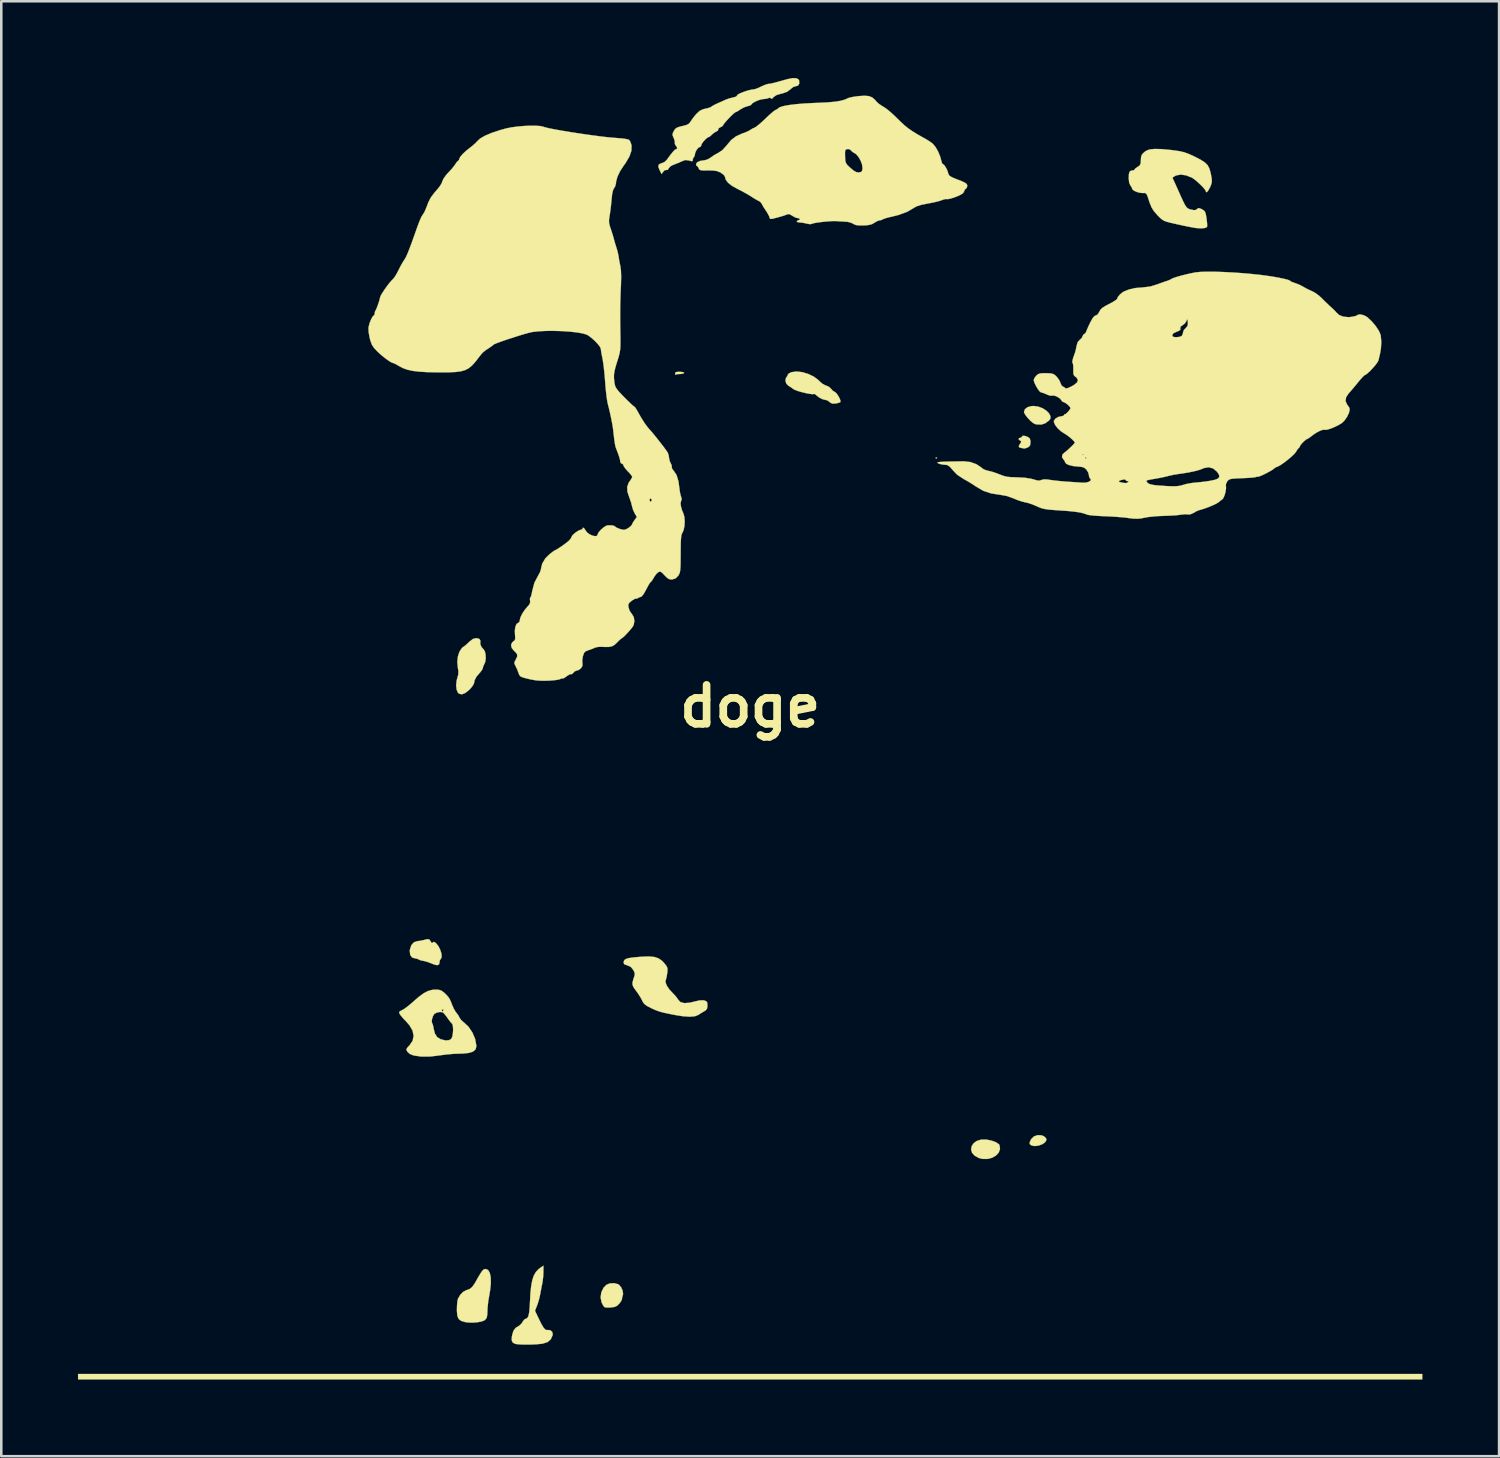
<source format=kicad_pcb>
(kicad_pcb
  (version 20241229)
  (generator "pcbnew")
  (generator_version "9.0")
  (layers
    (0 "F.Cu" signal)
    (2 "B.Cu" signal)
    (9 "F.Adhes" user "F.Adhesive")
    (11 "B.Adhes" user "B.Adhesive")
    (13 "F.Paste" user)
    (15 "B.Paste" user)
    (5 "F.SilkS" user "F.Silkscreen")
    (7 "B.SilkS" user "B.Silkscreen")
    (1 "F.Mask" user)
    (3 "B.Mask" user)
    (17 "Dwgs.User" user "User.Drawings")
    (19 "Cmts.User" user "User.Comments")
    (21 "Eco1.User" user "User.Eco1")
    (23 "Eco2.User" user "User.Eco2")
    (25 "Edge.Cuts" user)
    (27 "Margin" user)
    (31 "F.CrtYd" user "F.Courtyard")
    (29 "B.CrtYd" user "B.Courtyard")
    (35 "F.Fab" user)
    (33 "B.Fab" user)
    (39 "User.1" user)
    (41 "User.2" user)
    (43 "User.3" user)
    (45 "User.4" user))
  (footprint "doge"
    (layer "F.Cu")
    (at 26.294 24.575)
    (property "Reference" "doge" (at 0 0 0) (layer "F.SilkS") (effects (font (size 1.524 1.524) (thickness 0.3))))
    (attr through_hole)
    (fp_poly (pts (xy 26.289 26.331) (xy -26.289 26.331) (xy -26.289 26.12) (xy 26.289 26.12) (xy 26.289 26.331)) (stroke (width 0.01) (type solid)) (fill yes) (layer "F.SilkS"))
    (fp_poly (pts (xy 7.31 -9.723) (xy 7.304 -9.697) (xy 7.281 -9.694) (xy 7.246 -9.71) (xy 7.253 -9.723) (xy 7.303 -9.728) (xy 7.31 -9.723)) (stroke (width 0.01) (type solid)) (fill yes) (layer "F.SilkS"))
    (fp_poly (pts (xy 11.401 16.784) (xy 11.497 16.826) (xy 11.57 16.896) (xy 11.591 16.963) (xy 11.534 17.058) (xy 11.419 17.136) (xy 11.272 17.188) (xy 11.121 17.204) (xy 11.017 17.184) (xy 10.943 17.139) (xy 10.929 17.073) (xy 10.973 16.967) (xy 10.993 16.932) (xy 11.099 16.828) (xy 11.245 16.777) (xy 11.401 16.784)) (stroke (width 0.01) (type solid)) (fill yes) (layer "F.SilkS"))
    (fp_poly (pts (xy -2.646 -13.072) (xy -2.587 -13.048) (xy -2.582 -13.039) (xy -2.62 -13.012) (xy -2.713 -12.997) (xy -2.748 -12.996) (xy -2.858 -12.989) (xy -2.925 -12.971) (xy -2.932 -12.965) (xy -2.94 -12.966) (xy -2.935 -12.989) (xy -2.922 -13.053) (xy -2.921 -13.063) (xy -2.883 -13.074) (xy -2.789 -13.081) (xy -2.752 -13.081) (xy -2.646 -13.072)) (stroke (width 0.01) (type solid)) (fill yes) (layer "F.SilkS"))
    (fp_poly (pts (xy 9.261 16.954) (xy 9.455 16.996) (xy 9.615 17.056) (xy 9.722 17.126) (xy 9.753 17.168) (xy 9.773 17.32) (xy 9.722 17.459) (xy 9.614 17.576) (xy 9.463 17.662) (xy 9.283 17.709) (xy 9.088 17.707) (xy 8.954 17.674) (xy 8.781 17.583) (xy 8.678 17.467) (xy 8.641 17.338) (xy 8.664 17.21) (xy 8.74 17.094) (xy 8.865 17.004) (xy 9.034 16.952) (xy 9.241 16.951) (xy 9.261 16.954)) (stroke (width 0.01) (type solid)) (fill yes) (layer "F.SilkS"))
    (fp_poly (pts (xy 11.271 -11.719) (xy 11.438 -11.656) (xy 11.58 -11.566) (xy 11.686 -11.461) (xy 11.744 -11.351) (xy 11.743 -11.248) (xy 11.697 -11.183) (xy 11.543 -11.069) (xy 11.396 -11.019) (xy 11.222 -11.023) (xy 11.149 -11.036) (xy 11.067 -11.079) (xy 10.962 -11.167) (xy 10.855 -11.279) (xy 10.766 -11.393) (xy 10.715 -11.485) (xy 10.71 -11.511) (xy 10.749 -11.62) (xy 10.855 -11.7) (xy 11.013 -11.741) (xy 11.093 -11.744) (xy 11.271 -11.719)) (stroke (width 0.01) (type solid)) (fill yes) (layer "F.SilkS"))
    (fp_poly (pts (xy 10.749 -10.573) (xy 10.857 -10.534) (xy 10.932 -10.481) (xy 10.961 -10.396) (xy 10.964 -10.329) (xy 10.952 -10.215) (xy 10.902 -10.149) (xy 10.857 -10.124) (xy 10.768 -10.09) (xy 10.719 -10.081) (xy 10.657 -10.093) (xy 10.594 -10.105) (xy 10.518 -10.131) (xy 10.507 -10.179) (xy 10.558 -10.268) (xy 10.562 -10.273) (xy 10.602 -10.342) (xy 10.587 -10.375) (xy 10.562 -10.387) (xy 10.506 -10.433) (xy 10.511 -10.481) (xy 10.562 -10.499) (xy 10.619 -10.522) (xy 10.626 -10.541) (xy 10.659 -10.579) (xy 10.749 -10.573)) (stroke (width 0.01) (type solid)) (fill yes) (layer "F.SilkS"))
    (fp_poly (pts (xy -5.172 22.606) (xy -5.135 22.627) (xy -5.051 22.722) (xy -4.992 22.851) (xy -4.971 22.981) (xy -4.987 23.059) (xy -5.013 23.141) (xy -5.012 23.177) (xy -5.028 23.233) (xy -5.085 23.323) (xy -5.113 23.359) (xy -5.204 23.45) (xy -5.304 23.497) (xy -5.44 23.517) (xy -5.572 23.522) (xy -5.671 23.514) (xy -5.7 23.505) (xy -5.746 23.448) (xy -5.8 23.346) (xy -5.812 23.319) (xy -5.851 23.126) (xy -5.823 22.926) (xy -5.736 22.746) (xy -5.621 22.629) (xy -5.485 22.576) (xy -5.321 22.568) (xy -5.172 22.606)) (stroke (width 0.01) (type solid)) (fill yes) (layer "F.SilkS"))
    (fp_poly (pts (xy -12.544 9.129) (xy -12.491 9.207) (xy -12.471 9.25) (xy -12.437 9.262) (xy -12.415 9.239) (xy -12.372 9.215) (xy -12.307 9.253) (xy -12.285 9.273) (xy -12.195 9.384) (xy -12.125 9.523) (xy -12.08 9.666) (xy -12.067 9.79) (xy -12.093 9.873) (xy -12.107 9.885) (xy -12.141 9.943) (xy -12.15 10.01) (xy -12.171 10.099) (xy -12.241 10.13) (xy -12.365 10.102) (xy -12.45 10.067) (xy -12.598 10.01) (xy -12.744 9.968) (xy -12.785 9.961) (xy -12.896 9.937) (xy -12.969 9.905) (xy -12.973 9.902) (xy -13.045 9.871) (xy -13.104 9.864) (xy -13.225 9.829) (xy -13.297 9.73) (xy -13.316 9.576) (xy -13.31 9.52) (xy -13.254 9.346) (xy -13.151 9.232) (xy -13.011 9.187) (xy -13.001 9.187) (xy -12.895 9.174) (xy -12.76 9.144) (xy -12.733 9.136) (xy -12.615 9.109) (xy -12.544 9.129)) (stroke (width 0.01) (type solid)) (fill yes) (layer "F.SilkS"))
    (fp_poly (pts (xy -10.252 22.052) (xy -10.186 22.162) (xy -10.15 22.336) (xy -10.144 22.564) (xy -10.171 22.837) (xy -10.196 22.987) (xy -10.246 23.277) (xy -10.273 23.536) (xy -10.284 23.797) (xy -10.305 23.923) (xy -10.376 24.008) (xy -10.398 24.024) (xy -10.515 24.069) (xy -10.686 24.099) (xy -10.881 24.111) (xy -11.071 24.102) (xy -11.167 24.086) (xy -11.311 24.04) (xy -11.403 23.967) (xy -11.453 23.85) (xy -11.471 23.673) (xy -11.472 23.597) (xy -11.467 23.428) (xy -11.453 23.28) (xy -11.432 23.184) (xy -11.432 23.183) (xy -11.346 23.03) (xy -11.227 22.907) (xy -11.1 22.84) (xy -11.096 22.839) (xy -10.974 22.796) (xy -10.876 22.717) (xy -10.781 22.585) (xy -10.744 22.521) (xy -10.629 22.317) (xy -10.544 22.177) (xy -10.482 22.087) (xy -10.432 22.038) (xy -10.387 22.017) (xy -10.345 22.013) (xy -10.252 22.052)) (stroke (width 0.01) (type solid)) (fill yes) (layer "F.SilkS"))
    (fp_poly (pts (xy -10.588 -2.628) (xy -10.55 -2.562) (xy -10.556 -2.52) (xy -10.556 -2.421) (xy -10.504 -2.307) (xy -10.425 -2.221) (xy -10.377 -2.142) (xy -10.349 -2.013) (xy -10.344 -1.866) (xy -10.364 -1.733) (xy -10.391 -1.668) (xy -10.44 -1.57) (xy -10.456 -1.501) (xy -10.484 -1.428) (xy -10.553 -1.335) (xy -10.573 -1.314) (xy -10.715 -1.145) (xy -10.785 -1.001) (xy -10.795 -0.926) (xy -10.824 -0.848) (xy -10.9 -0.739) (xy -10.98 -0.651) (xy -11.138 -0.521) (xy -11.275 -0.466) (xy -11.386 -0.489) (xy -11.429 -0.528) (xy -11.483 -0.648) (xy -11.502 -0.816) (xy -11.483 -1.001) (xy -11.456 -1.101) (xy -11.418 -1.238) (xy -11.412 -1.366) (xy -11.437 -1.524) (xy -11.456 -1.74) (xy -11.431 -1.954) (xy -11.369 -2.141) (xy -11.274 -2.278) (xy -11.228 -2.315) (xy -11.124 -2.393) (xy -11.009 -2.498) (xy -10.98 -2.527) (xy -10.838 -2.636) (xy -10.698 -2.666) (xy -10.588 -2.628)) (stroke (width 0.01) (type solid)) (fill yes) (layer "F.SilkS"))
    (fp_poly (pts (xy 2.033 -13.069) (xy 2.269 -12.999) (xy 2.489 -12.893) (xy 2.668 -12.758) (xy 2.705 -12.72) (xy 2.818 -12.619) (xy 2.937 -12.553) (xy 2.966 -12.545) (xy 3.081 -12.495) (xy 3.16 -12.421) (xy 3.236 -12.338) (xy 3.302 -12.298) (xy 3.364 -12.251) (xy 3.432 -12.161) (xy 3.493 -12.054) (xy 3.53 -11.958) (xy 3.529 -11.898) (xy 3.527 -11.895) (xy 3.465 -11.869) (xy 3.358 -11.844) (xy 3.337 -11.841) (xy 3.213 -11.837) (xy 3.13 -11.878) (xy 3.109 -11.899) (xy 3.022 -11.962) (xy 2.955 -11.98) (xy 2.837 -12.007) (xy 2.703 -12.073) (xy 2.596 -12.156) (xy 2.585 -12.168) (xy 2.527 -12.213) (xy 2.498 -12.214) (xy 2.432 -12.207) (xy 2.308 -12.222) (xy 2.153 -12.253) (xy 1.988 -12.294) (xy 1.839 -12.34) (xy 1.728 -12.384) (xy 1.693 -12.405) (xy 1.586 -12.482) (xy 1.496 -12.536) (xy 1.416 -12.616) (xy 1.38 -12.729) (xy 1.398 -12.838) (xy 1.419 -12.869) (xy 1.466 -12.941) (xy 1.475 -12.975) (xy 1.51 -13.015) (xy 1.597 -13.059) (xy 1.615 -13.066) (xy 1.807 -13.094) (xy 2.033 -13.069)) (stroke (width 0.01) (type solid)) (fill yes) (layer "F.SilkS"))
    (fp_poly (pts (xy -8.088 22.129) (xy -8.096 22.307) (xy -8.117 22.486) (xy -8.13 22.564) (xy -8.162 22.723) (xy -8.197 22.907) (xy -8.211 22.987) (xy -8.251 23.17) (xy -8.308 23.363) (xy -8.334 23.433) (xy -8.417 23.647) (xy -8.268 23.962) (xy -8.167 24.166) (xy -8.088 24.3) (xy -8.023 24.375) (xy -7.963 24.402) (xy -7.925 24.399) (xy -7.818 24.407) (xy -7.742 24.476) (xy -7.722 24.578) (xy -7.725 24.597) (xy -7.799 24.763) (xy -7.925 24.872) (xy -8.115 24.932) (xy -8.163 24.939) (xy -8.35 24.957) (xy -8.562 24.967) (xy -8.776 24.969) (xy -8.97 24.965) (xy -9.124 24.953) (xy -9.212 24.935) (xy -9.294 24.882) (xy -9.329 24.798) (xy -9.322 24.662) (xy -9.307 24.584) (xy -9.258 24.426) (xy -9.178 24.32) (xy -9.044 24.236) (xy -8.959 24.165) (xy -8.898 24.076) (xy -8.841 23.994) (xy -8.783 23.961) (xy -8.722 23.936) (xy -8.676 23.855) (xy -8.644 23.711) (xy -8.624 23.494) (xy -8.617 23.358) (xy -8.598 22.987) (xy -8.568 22.691) (xy -8.525 22.456) (xy -8.465 22.274) (xy -8.384 22.132) (xy -8.28 22.02) (xy -8.189 21.952) (xy -8.086 21.884) (xy -8.088 22.129)) (stroke (width 0.01) (type solid)) (fill yes) (layer "F.SilkS"))
    (fp_poly (pts (xy -3.749 9.808) (xy -3.586 9.862) (xy -3.451 9.955) (xy -3.368 10.042) (xy -3.28 10.151) (xy -3.24 10.235) (xy -3.233 10.331) (xy -3.244 10.433) (xy -3.266 10.57) (xy -3.292 10.679) (xy -3.305 10.712) (xy -3.31 10.808) (xy -3.257 10.938) (xy -3.156 11.085) (xy -3.039 11.21) (xy -2.934 11.32) (xy -2.85 11.426) (xy -2.823 11.471) (xy -2.73 11.571) (xy -2.576 11.614) (xy -2.363 11.597) (xy -2.199 11.557) (xy -1.984 11.507) (xy -1.83 11.502) (xy -1.797 11.509) (xy -1.714 11.541) (xy -1.679 11.599) (xy -1.672 11.703) (xy -1.684 11.82) (xy -1.734 11.891) (xy -1.799 11.933) (xy -1.925 12.006) (xy -2.031 12.076) (xy -2.168 12.128) (xy -2.375 12.144) (xy -2.647 12.124) (xy -2.9 12.084) (xy -3.156 12.034) (xy -3.347 11.994) (xy -3.493 11.958) (xy -3.611 11.921) (xy -3.721 11.878) (xy -3.84 11.824) (xy -3.868 11.811) (xy -4.028 11.728) (xy -4.13 11.656) (xy -4.192 11.579) (xy -4.221 11.519) (xy -4.282 11.401) (xy -4.374 11.255) (xy -4.449 11.151) (xy -4.548 11.015) (xy -4.598 10.913) (xy -4.605 10.816) (xy -4.575 10.695) (xy -4.553 10.631) (xy -4.517 10.514) (xy -4.518 10.432) (xy -4.558 10.342) (xy -4.577 10.309) (xy -4.674 10.192) (xy -4.801 10.137) (xy -4.808 10.135) (xy -4.92 10.095) (xy -4.952 10.039) (xy -4.942 9.968) (xy -4.906 9.914) (xy -4.833 9.875) (xy -4.711 9.845) (xy -4.529 9.822) (xy -4.275 9.8) (xy -4.23 9.797) (xy -3.958 9.788) (xy -3.749 9.808)) (stroke (width 0.01) (type solid)) (fill yes) (layer "F.SilkS"))
    (fp_poly (pts (xy -12.184 11.091) (xy -12.077 11.124) (xy -11.973 11.201) (xy -11.903 11.268) (xy -11.814 11.365) (xy -11.752 11.458) (xy -11.697 11.581) (xy -11.663 11.672) (xy -11.6 11.817) (xy -11.528 11.944) (xy -11.491 11.992) (xy -11.415 12.092) (xy -11.37 12.18) (xy -11.318 12.261) (xy -11.225 12.348) (xy -11.206 12.361) (xy -11.021 12.533) (xy -10.867 12.76) (xy -10.759 13.015) (xy -10.712 13.271) (xy -10.711 13.304) (xy -10.742 13.422) (xy -10.84 13.508) (xy -11.008 13.562) (xy -11.251 13.587) (xy -11.367 13.589) (xy -11.599 13.597) (xy -11.857 13.619) (xy -12.088 13.649) (xy -12.107 13.652) (xy -12.505 13.701) (xy -12.865 13.704) (xy -13.159 13.662) (xy -13.314 13.601) (xy -13.408 13.516) (xy -13.443 13.453) (xy -13.441 13.401) (xy -13.394 13.335) (xy -13.32 13.257) (xy -13.203 13.084) (xy -13.165 12.892) (xy -13.207 12.688) (xy -13.328 12.478) (xy -13.445 12.344) (xy -12.457 12.344) (xy -12.443 12.389) (xy -12.414 12.453) (xy -12.39 12.561) (xy -12.388 12.582) (xy -12.337 12.796) (xy -12.244 12.942) (xy -12.107 13.026) (xy -11.916 13.073) (xy -11.776 13.062) (xy -11.692 13.01) (xy -11.654 12.932) (xy -11.63 12.807) (xy -11.62 12.663) (xy -11.626 12.53) (xy -11.649 12.435) (xy -11.667 12.412) (xy -11.714 12.362) (xy -11.788 12.267) (xy -11.844 12.187) (xy -11.928 12.074) (xy -12.001 11.993) (xy -12.034 11.969) (xy -12.138 11.959) (xy -12.261 11.985) (xy -12.353 12.035) (xy -12.362 12.044) (xy -12.413 12.134) (xy -12.447 12.246) (xy -12.457 12.344) (xy -13.445 12.344) (xy -13.458 12.33) (xy -13.57 12.213) (xy -13.661 12.105) (xy -13.709 12.038) (xy -13.732 11.973) (xy -13.701 11.93) (xy -13.63 11.896) (xy -12.065 11.896) (xy -12.051 11.937) (xy -12.046 11.938) (xy -12.01 11.908) (xy -12.002 11.896) (xy -12.005 11.857) (xy -12.02 11.853) (xy -12.063 11.884) (xy -12.065 11.896) (xy -13.63 11.896) (xy -13.62 11.891) (xy -13.528 11.837) (xy -13.398 11.741) (xy -13.252 11.62) (xy -13.194 11.568) (xy -12.965 11.369) (xy -12.773 11.229) (xy -12.604 11.141) (xy -12.443 11.095) (xy -12.329 11.085) (xy -12.184 11.091)) (stroke (width 0.01) (type solid)) (fill yes) (layer "F.SilkS"))
    (fp_poly (pts (xy 16.09 -21.793) (xy 16.441 -21.76) (xy 16.58 -21.743) (xy 16.799 -21.71) (xy 16.976 -21.669) (xy 17.144 -21.609) (xy 17.338 -21.522) (xy 17.423 -21.48) (xy 17.637 -21.367) (xy 17.787 -21.269) (xy 17.889 -21.169) (xy 17.956 -21.048) (xy 18.004 -20.891) (xy 18.028 -20.777) (xy 18.055 -20.624) (xy 18.059 -20.516) (xy 18.036 -20.418) (xy 17.992 -20.309) (xy 17.929 -20.189) (xy 17.873 -20.118) (xy 17.834 -20.107) (xy 17.822 -20.152) (xy 17.792 -20.207) (xy 17.714 -20.298) (xy 17.606 -20.408) (xy 17.486 -20.519) (xy 17.371 -20.614) (xy 17.28 -20.676) (xy 17.275 -20.678) (xy 17.048 -20.767) (xy 16.836 -20.796) (xy 16.659 -20.762) (xy 16.647 -20.756) (xy 16.559 -20.707) (xy 16.52 -20.669) (xy 16.52 -20.664) (xy 16.554 -20.593) (xy 16.613 -20.465) (xy 16.689 -20.298) (xy 16.75 -20.161) (xy 16.859 -19.916) (xy 16.942 -19.738) (xy 17.006 -19.613) (xy 17.058 -19.532) (xy 17.106 -19.483) (xy 17.158 -19.454) (xy 17.221 -19.433) (xy 17.238 -19.429) (xy 17.358 -19.404) (xy 17.432 -19.414) (xy 17.474 -19.445) (xy 17.526 -19.483) (xy 17.587 -19.478) (xy 17.673 -19.438) (xy 17.746 -19.394) (xy 17.792 -19.339) (xy 17.822 -19.25) (xy 17.848 -19.104) (xy 17.852 -19.071) (xy 17.87 -18.921) (xy 17.876 -18.804) (xy 17.869 -18.745) (xy 17.868 -18.744) (xy 17.789 -18.708) (xy 17.65 -18.693) (xy 17.471 -18.702) (xy 17.357 -18.718) (xy 17.218 -18.744) (xy 17.025 -18.783) (xy 16.806 -18.83) (xy 16.639 -18.867) (xy 16.432 -18.914) (xy 16.286 -18.953) (xy 16.183 -18.993) (xy 16.102 -19.044) (xy 16.021 -19.116) (xy 15.93 -19.209) (xy 15.797 -19.36) (xy 15.706 -19.502) (xy 15.634 -19.674) (xy 15.603 -19.765) (xy 15.551 -19.925) (xy 15.512 -20.02) (xy 15.474 -20.065) (xy 15.425 -20.078) (xy 15.374 -20.074) (xy 15.258 -20.081) (xy 15.131 -20.114) (xy 15.02 -20.162) (xy 14.953 -20.216) (xy 14.944 -20.24) (xy 14.917 -20.31) (xy 14.875 -20.368) (xy 14.825 -20.476) (xy 14.807 -20.646) (xy 14.807 -20.653) (xy 14.814 -20.814) (xy 14.841 -20.908) (xy 14.894 -20.949) (xy 14.946 -20.955) (xy 15.014 -20.969) (xy 15.028 -20.988) (xy 15.061 -21.03) (xy 15.142 -21.088) (xy 15.155 -21.096) (xy 15.236 -21.155) (xy 15.273 -21.228) (xy 15.282 -21.347) (xy 15.282 -21.363) (xy 15.291 -21.496) (xy 15.33 -21.589) (xy 15.415 -21.673) (xy 15.493 -21.729) (xy 15.618 -21.777) (xy 15.816 -21.799) (xy 16.09 -21.793)) (stroke (width 0.01) (type solid)) (fill yes) (layer "F.SilkS"))
    (fp_poly (pts (xy 1.812 -24.564) (xy 1.898 -24.512) (xy 1.914 -24.476) (xy 1.919 -24.348) (xy 1.865 -24.273) (xy 1.794 -24.257) (xy 1.688 -24.224) (xy 1.578 -24.138) (xy 1.575 -24.134) (xy 1.452 -24.039) (xy 1.28 -23.976) (xy 1.217 -23.962) (xy 1.028 -23.906) (xy 0.918 -23.831) (xy 0.909 -23.82) (xy 0.852 -23.761) (xy 0.813 -23.779) (xy 0.756 -23.806) (xy 0.719 -23.79) (xy 0.634 -23.762) (xy 0.517 -23.75) (xy 0.514 -23.75) (xy 0.409 -23.732) (xy 0.284 -23.69) (xy 0.164 -23.633) (xy 0.074 -23.576) (xy 0.042 -23.531) (xy 0.005 -23.503) (xy -0.085 -23.475) (xy -0.103 -23.472) (xy -0.237 -23.427) (xy -0.372 -23.353) (xy -0.387 -23.343) (xy -0.484 -23.278) (xy -0.555 -23.243) (xy -0.566 -23.241) (xy -0.613 -23.212) (xy -0.698 -23.137) (xy -0.801 -23.034) (xy -0.906 -22.923) (xy -0.995 -22.821) (xy -1.049 -22.748) (xy -1.058 -22.726) (xy -1.093 -22.685) (xy -1.167 -22.647) (xy -1.237 -22.604) (xy -1.249 -22.564) (xy -1.262 -22.519) (xy -1.32 -22.484) (xy -1.425 -22.423) (xy -1.499 -22.357) (xy -1.57 -22.291) (xy -1.618 -22.267) (xy -1.679 -22.237) (xy -1.761 -22.164) (xy -1.843 -22.072) (xy -1.9 -21.988) (xy -1.914 -21.942) (xy -1.93 -21.892) (xy -1.949 -21.886) (xy -2.019 -21.851) (xy -2.092 -21.767) (xy -2.145 -21.665) (xy -2.158 -21.603) (xy -2.176 -21.518) (xy -2.201 -21.484) (xy -2.237 -21.424) (xy -2.244 -21.378) (xy -2.253 -21.327) (xy -2.298 -21.32) (xy -2.374 -21.344) (xy -2.528 -21.366) (xy -2.596 -21.347) (xy -2.891 -21.222) (xy -3.033 -21.167) (xy -3.132 -21.11) (xy -3.187 -21.04) (xy -3.188 -21.036) (xy -3.231 -20.977) (xy -3.273 -20.979) (xy -3.344 -20.966) (xy -3.4 -20.911) (xy -3.464 -20.819) (xy -3.531 -20.948) (xy -3.589 -21.086) (xy -3.586 -21.173) (xy -3.521 -21.223) (xy -3.469 -21.237) (xy -3.351 -21.289) (xy -3.268 -21.364) (xy -3.134 -21.547) (xy -3.026 -21.683) (xy -2.951 -21.763) (xy -2.921 -21.78) (xy -2.86 -21.806) (xy -2.865 -21.868) (xy -2.897 -21.911) (xy -2.945 -21.987) (xy -2.947 -22.038) (xy -2.95 -22.111) (xy -2.986 -22.215) (xy -2.993 -22.229) (xy -3.034 -22.328) (xy -3.032 -22.403) (xy -2.987 -22.502) (xy -2.932 -22.582) (xy -2.86 -22.634) (xy -2.744 -22.673) (xy -2.657 -22.693) (xy -2.503 -22.732) (xy -2.408 -22.779) (xy -2.347 -22.845) (xy -2.333 -22.868) (xy -2.264 -22.971) (xy -2.165 -23.098) (xy -2.11 -23.162) (xy -1.985 -23.281) (xy -1.857 -23.347) (xy -1.752 -23.373) (xy -1.629 -23.402) (xy -1.545 -23.432) (xy -1.526 -23.445) (xy -1.477 -23.481) (xy -1.376 -23.535) (xy -1.291 -23.575) (xy -1.144 -23.641) (xy -1.006 -23.703) (xy -0.953 -23.727) (xy -0.82 -23.775) (xy -0.673 -23.81) (xy -0.667 -23.811) (xy -0.556 -23.844) (xy -0.508 -23.892) (xy -0.508 -23.897) (xy -0.471 -23.935) (xy -0.374 -23.984) (xy -0.241 -24.036) (xy -0.095 -24.083) (xy 0.042 -24.117) (xy 0.144 -24.13) (xy 0.22 -24.148) (xy 0.338 -24.195) (xy 0.423 -24.236) (xy 0.554 -24.295) (xy 0.664 -24.334) (xy 0.709 -24.342) (xy 0.793 -24.353) (xy 0.922 -24.381) (xy 0.996 -24.4) (xy 1.163 -24.447) (xy 1.354 -24.5) (xy 1.453 -24.528) (xy 1.662 -24.57) (xy 1.812 -24.564)) (stroke (width 0.01) (type solid)) (fill yes) (layer "F.SilkS"))
    (fp_poly (pts (xy 4.642 -23.866) (xy 4.767 -23.818) (xy 4.874 -23.728) (xy 4.938 -23.653) (xy 5.027 -23.569) (xy 5.153 -23.482) (xy 5.202 -23.455) (xy 5.31 -23.385) (xy 5.453 -23.271) (xy 5.609 -23.132) (xy 5.708 -23.036) (xy 5.885 -22.862) (xy 6.037 -22.722) (xy 6.184 -22.603) (xy 6.345 -22.492) (xy 6.538 -22.373) (xy 6.783 -22.234) (xy 6.858 -22.193) (xy 6.992 -22.112) (xy 7.11 -22.028) (xy 7.148 -21.997) (xy 7.252 -21.871) (xy 7.353 -21.694) (xy 7.432 -21.502) (xy 7.468 -21.368) (xy 7.495 -21.266) (xy 7.525 -21.212) (xy 7.532 -21.209) (xy 7.584 -21.174) (xy 7.647 -21.085) (xy 7.706 -20.971) (xy 7.744 -20.857) (xy 7.745 -20.855) (xy 7.765 -20.792) (xy 7.808 -20.742) (xy 7.889 -20.693) (xy 8.026 -20.635) (xy 8.129 -20.595) (xy 8.305 -20.525) (xy 8.414 -20.471) (xy 8.472 -20.423) (xy 8.492 -20.373) (xy 8.493 -20.365) (xy 8.474 -20.281) (xy 8.44 -20.248) (xy 8.387 -20.198) (xy 8.382 -20.174) (xy 8.353 -20.107) (xy 8.308 -20.055) (xy 8.228 -20.005) (xy 8.105 -19.948) (xy 7.964 -19.895) (xy 7.831 -19.855) (xy 7.731 -19.835) (xy 7.695 -19.839) (xy 7.634 -19.839) (xy 7.531 -19.81) (xy 7.5 -19.797) (xy 7.388 -19.76) (xy 7.222 -19.718) (xy 7.029 -19.679) (xy 6.945 -19.664) (xy 6.685 -19.611) (xy 6.503 -19.551) (xy 6.416 -19.501) (xy 6.147 -19.343) (xy 5.806 -19.217) (xy 5.567 -19.157) (xy 5.404 -19.119) (xy 5.273 -19.081) (xy 5.197 -19.052) (xy 5.188 -19.046) (xy 5.114 -19.013) (xy 5.07 -19.008) (xy 4.985 -18.983) (xy 4.879 -18.924) (xy 4.865 -18.914) (xy 4.757 -18.854) (xy 4.618 -18.821) (xy 4.454 -18.808) (xy 4.299 -18.807) (xy 4.173 -18.816) (xy 4.106 -18.832) (xy 3.957 -18.907) (xy 3.826 -18.945) (xy 3.664 -18.959) (xy 3.662 -18.959) (xy 3.52 -18.966) (xy 3.402 -18.974) (xy 3.365 -18.977) (xy 3.264 -18.979) (xy 3.115 -18.971) (xy 2.939 -18.957) (xy 2.76 -18.937) (xy 2.6 -18.915) (xy 2.481 -18.893) (xy 2.426 -18.874) (xy 2.341 -18.855) (xy 2.215 -18.878) (xy 2.076 -18.908) (xy 1.95 -18.923) (xy 1.937 -18.923) (xy 1.852 -18.936) (xy 1.82 -18.965) (xy 1.855 -19.003) (xy 1.884 -19.008) (xy 1.94 -19.031) (xy 1.947 -19.05) (xy 1.912 -19.084) (xy 1.861 -19.092) (xy 1.769 -19.117) (xy 1.661 -19.176) (xy 1.65 -19.184) (xy 1.55 -19.244) (xy 1.471 -19.248) (xy 1.429 -19.232) (xy 1.299 -19.184) (xy 1.087 -19.123) (xy 0.857 -19.064) (xy 0.781 -19.063) (xy 0.762 -19.104) (xy 0.739 -19.172) (xy 0.681 -19.281) (xy 0.622 -19.373) (xy 0.54 -19.499) (xy 0.477 -19.605) (xy 0.453 -19.654) (xy 0.391 -19.733) (xy 0.35 -19.757) (xy 0.277 -19.794) (xy 0.16 -19.862) (xy 0.042 -19.937) (xy -0.121 -20.036) (xy -0.316 -20.145) (xy -0.487 -20.231) (xy -0.706 -20.352) (xy -0.865 -20.476) (xy -0.955 -20.594) (xy -0.972 -20.663) (xy -1.003 -20.743) (xy -1.048 -20.795) (xy -1.17 -20.883) (xy -1.306 -20.935) (xy -1.48 -20.957) (xy -1.655 -20.959) (xy -1.822 -20.957) (xy -1.923 -20.965) (xy -1.978 -20.985) (xy -2.005 -21.022) (xy -2.01 -21.038) (xy -2.048 -21.107) (xy -2.077 -21.124) (xy -2.11 -21.16) (xy -2.117 -21.204) (xy -2.076 -21.277) (xy -1.958 -21.33) (xy -1.769 -21.359) (xy -1.658 -21.393) (xy -1.543 -21.462) (xy -1.535 -21.469) (xy -1.415 -21.553) (xy -1.273 -21.632) (xy -1.247 -21.645) (xy -1.207 -21.672) (xy 3.71 -21.672) (xy 3.711 -21.535) (xy 3.712 -21.509) (xy 3.719 -21.36) (xy 3.74 -21.262) (xy 3.79 -21.183) (xy 3.883 -21.091) (xy 3.924 -21.054) (xy 4.054 -20.946) (xy 4.154 -20.892) (xy 4.245 -20.88) (xy 4.255 -20.88) (xy 4.341 -20.899) (xy 4.381 -20.951) (xy 4.394 -21.041) (xy 4.379 -21.18) (xy 4.322 -21.337) (xy 4.238 -21.485) (xy 4.143 -21.596) (xy 4.083 -21.633) (xy 3.991 -21.69) (xy 3.947 -21.74) (xy 3.874 -21.792) (xy 3.806 -21.795) (xy 3.751 -21.781) (xy 3.721 -21.747) (xy 3.71 -21.672) (xy -1.207 -21.672) (xy -1.09 -21.75) (xy -0.936 -21.918) (xy -0.918 -21.942) (xy -0.743 -22.148) (xy -0.552 -22.294) (xy -0.314 -22.402) (xy -0.275 -22.415) (xy -0.141 -22.466) (xy -0.035 -22.517) (xy 0 -22.541) (xy 0.093 -22.598) (xy 0.16 -22.625) (xy 0.229 -22.666) (xy 0.34 -22.753) (xy 0.478 -22.874) (xy 0.601 -22.99) (xy 0.743 -23.124) (xy 0.867 -23.233) (xy 0.958 -23.304) (xy 1 -23.326) (xy 1.067 -23.358) (xy 1.088 -23.383) (xy 1.158 -23.431) (xy 1.304 -23.476) (xy 1.518 -23.516) (xy 1.792 -23.55) (xy 2.118 -23.577) (xy 2.486 -23.596) (xy 2.603 -23.6) (xy 2.998 -23.618) (xy 3.313 -23.646) (xy 3.554 -23.685) (xy 3.725 -23.736) (xy 3.796 -23.772) (xy 3.88 -23.804) (xy 4.022 -23.835) (xy 4.196 -23.86) (xy 4.254 -23.867) (xy 4.478 -23.88) (xy 4.642 -23.866)) (stroke (width 0.01) (type solid)) (fill yes) (layer "F.SilkS"))
    (fp_poly (pts (xy 18.16 -16.996) (xy 18.506 -16.985) (xy 18.878 -16.966) (xy 19.262 -16.94) (xy 19.641 -16.906) (xy 20.002 -16.867) (xy 20.331 -16.822) (xy 20.426 -16.807) (xy 20.67 -16.764) (xy 20.874 -16.721) (xy 21.024 -16.683) (xy 21.109 -16.651) (xy 21.124 -16.637) (xy 21.161 -16.609) (xy 21.253 -16.572) (xy 21.304 -16.556) (xy 21.459 -16.498) (xy 21.61 -16.422) (xy 21.632 -16.409) (xy 21.769 -16.332) (xy 21.927 -16.257) (xy 21.971 -16.239) (xy 22.106 -16.166) (xy 22.256 -16.055) (xy 22.352 -15.966) (xy 22.489 -15.829) (xy 22.637 -15.687) (xy 22.72 -15.611) (xy 22.825 -15.514) (xy 22.904 -15.433) (xy 22.932 -15.399) (xy 23.042 -15.3) (xy 23.208 -15.237) (xy 23.408 -15.219) (xy 23.478 -15.225) (xy 23.61 -15.246) (xy 23.704 -15.272) (xy 23.732 -15.288) (xy 23.798 -15.324) (xy 23.909 -15.32) (xy 24.034 -15.281) (xy 24.145 -15.214) (xy 24.318 -15.051) (xy 24.471 -14.868) (xy 24.59 -14.688) (xy 24.658 -14.532) (xy 24.665 -14.503) (xy 24.687 -14.256) (xy 24.671 -13.982) (xy 24.639 -13.801) (xy 24.606 -13.66) (xy 24.576 -13.53) (xy 24.538 -13.455) (xy 24.457 -13.347) (xy 24.352 -13.225) (xy 24.24 -13.107) (xy 24.137 -13.013) (xy 24.061 -12.959) (xy 24.041 -12.954) (xy 24.001 -12.923) (xy 23.922 -12.841) (xy 23.82 -12.722) (xy 23.776 -12.668) (xy 23.651 -12.516) (xy 23.528 -12.371) (xy 23.43 -12.259) (xy 23.414 -12.242) (xy 23.311 -12.089) (xy 23.288 -11.94) (xy 23.346 -11.804) (xy 23.368 -11.778) (xy 23.43 -11.687) (xy 23.452 -11.612) (xy 23.421 -11.475) (xy 23.345 -11.316) (xy 23.241 -11.17) (xy 23.15 -11.082) (xy 23.033 -11.009) (xy 22.888 -10.936) (xy 22.737 -10.872) (xy 22.603 -10.827) (xy 22.509 -10.809) (xy 22.483 -10.814) (xy 22.41 -10.816) (xy 22.292 -10.776) (xy 22.152 -10.704) (xy 22.011 -10.609) (xy 21.98 -10.585) (xy 21.882 -10.509) (xy 21.81 -10.463) (xy 21.792 -10.456) (xy 21.737 -10.427) (xy 21.656 -10.357) (xy 21.574 -10.273) (xy 21.517 -10.198) (xy 21.505 -10.17) (xy 21.476 -10.115) (xy 21.467 -10.111) (xy 21.424 -10.067) (xy 21.365 -9.978) (xy 21.348 -9.948) (xy 21.284 -9.868) (xy 21.173 -9.763) (xy 21.035 -9.646) (xy 20.887 -9.532) (xy 20.749 -9.437) (xy 20.64 -9.375) (xy 20.59 -9.358) (xy 20.523 -9.326) (xy 20.496 -9.3) (xy 20.437 -9.254) (xy 20.329 -9.19) (xy 20.196 -9.118) (xy 20.06 -9.051) (xy 19.946 -9.001) (xy 19.876 -8.979) (xy 19.87 -8.98) (xy 19.802 -8.973) (xy 19.77 -8.962) (xy 19.704 -8.951) (xy 19.573 -8.938) (xy 19.397 -8.927) (xy 19.224 -8.92) (xy 19.014 -8.911) (xy 18.872 -8.901) (xy 18.78 -8.884) (xy 18.722 -8.859) (xy 18.68 -8.821) (xy 18.665 -8.801) (xy 18.615 -8.708) (xy 18.607 -8.634) (xy 18.614 -8.529) (xy 18.594 -8.389) (xy 18.555 -8.247) (xy 18.505 -8.136) (xy 18.472 -8.098) (xy 18.375 -8.024) (xy 18.311 -7.972) (xy 18.228 -7.922) (xy 18.09 -7.857) (xy 17.923 -7.788) (xy 17.753 -7.726) (xy 17.605 -7.681) (xy 17.568 -7.672) (xy 17.457 -7.629) (xy 17.349 -7.565) (xy 17.212 -7.503) (xy 17.126 -7.503) (xy 17.013 -7.509) (xy 16.871 -7.496) (xy 16.837 -7.491) (xy 16.721 -7.476) (xy 16.546 -7.462) (xy 16.338 -7.452) (xy 16.173 -7.446) (xy 15.95 -7.437) (xy 15.732 -7.419) (xy 15.548 -7.397) (xy 15.453 -7.38) (xy 15.295 -7.348) (xy 15.153 -7.334) (xy 15 -7.338) (xy 14.804 -7.36) (xy 14.711 -7.374) (xy 14.571 -7.389) (xy 14.372 -7.405) (xy 14.139 -7.42) (xy 13.896 -7.432) (xy 13.864 -7.433) (xy 13.642 -7.443) (xy 13.445 -7.457) (xy 13.291 -7.473) (xy 13.199 -7.489) (xy 13.187 -7.493) (xy 13.062 -7.54) (xy 12.905 -7.578) (xy 12.701 -7.609) (xy 12.439 -7.636) (xy 12.114 -7.659) (xy 11.857 -7.677) (xy 11.667 -7.694) (xy 11.523 -7.715) (xy 11.409 -7.742) (xy 11.305 -7.78) (xy 11.205 -7.825) (xy 11.038 -7.895) (xy 10.87 -7.951) (xy 10.759 -7.976) (xy 10.62 -8.01) (xy 10.449 -8.068) (xy 10.314 -8.125) (xy 10.021 -8.228) (xy 9.779 -8.27) (xy 9.422 -8.325) (xy 9.117 -8.428) (xy 8.845 -8.586) (xy 8.679 -8.696) (xy 8.485 -8.814) (xy 8.344 -8.892) (xy 8.093 -9.058) (xy 7.923 -9.238) (xy 7.802 -9.375) (xy 7.703 -9.437) (xy 7.68 -9.44) (xy 7.554 -9.45) (xy 7.435 -9.473) (xy 7.349 -9.503) (xy 7.324 -9.528) (xy 7.337 -9.541) (xy 7.385 -9.551) (xy 7.474 -9.559) (xy 7.615 -9.566) (xy 7.815 -9.571) (xy 8.084 -9.576) (xy 8.361 -9.58) (xy 8.611 -9.552) (xy 8.846 -9.469) (xy 9.037 -9.342) (xy 9.068 -9.312) (xy 9.154 -9.258) (xy 9.281 -9.215) (xy 9.322 -9.207) (xy 9.462 -9.173) (xy 9.634 -9.116) (xy 9.758 -9.067) (xy 9.898 -9.013) (xy 10.032 -8.979) (xy 10.188 -8.961) (xy 10.395 -8.954) (xy 10.435 -8.953) (xy 10.757 -8.936) (xy 11.008 -8.894) (xy 11.079 -8.874) (xy 11.224 -8.832) (xy 11.32 -8.826) (xy 11.389 -8.849) (xy 11.478 -8.874) (xy 11.609 -8.871) (xy 11.741 -8.852) (xy 11.903 -8.83) (xy 12.114 -8.807) (xy 12.337 -8.788) (xy 12.425 -8.782) (xy 12.624 -8.769) (xy 12.807 -8.757) (xy 12.947 -8.747) (xy 12.994 -8.743) (xy 13.128 -8.747) (xy 13.239 -8.775) (xy 13.274 -8.797) (xy 14.412 -8.797) (xy 14.455 -8.77) (xy 14.499 -8.758) (xy 14.623 -8.734) (xy 14.696 -8.729) (xy 14.747 -8.746) (xy 14.774 -8.763) (xy 14.813 -8.796) (xy 14.773 -8.805) (xy 14.764 -8.805) (xy 14.701 -8.826) (xy 14.7 -8.828) (xy 15.502 -8.828) (xy 15.509 -8.783) (xy 15.549 -8.732) (xy 15.631 -8.687) (xy 15.778 -8.654) (xy 15.97 -8.634) (xy 16.258 -8.614) (xy 16.477 -8.604) (xy 16.643 -8.605) (xy 16.773 -8.617) (xy 16.882 -8.641) (xy 16.939 -8.659) (xy 17.085 -8.699) (xy 17.268 -8.731) (xy 17.399 -8.746) (xy 17.592 -8.764) (xy 17.814 -8.791) (xy 17.984 -8.816) (xy 18.185 -8.858) (xy 18.307 -8.909) (xy 18.354 -8.978) (xy 18.332 -9.07) (xy 18.259 -9.176) (xy 18.11 -9.301) (xy 17.934 -9.348) (xy 17.746 -9.315) (xy 17.693 -9.291) (xy 17.567 -9.243) (xy 17.377 -9.193) (xy 17.14 -9.144) (xy 16.876 -9.101) (xy 16.743 -9.083) (xy 16.565 -9.054) (xy 16.376 -9.013) (xy 16.32 -8.998) (xy 16.161 -8.96) (xy 15.966 -8.921) (xy 15.817 -8.895) (xy 15.669 -8.87) (xy 15.556 -8.846) (xy 15.503 -8.828) (xy 15.502 -8.828) (xy 14.7 -8.828) (xy 14.69 -8.848) (xy 14.654 -8.872) (xy 14.573 -8.864) (xy 14.451 -8.828) (xy 14.412 -8.797) (xy 13.274 -8.797) (xy 13.312 -8.82) (xy 13.328 -8.872) (xy 13.293 -8.911) (xy 13.26 -8.97) (xy 13.25 -9.038) (xy 13.223 -9.14) (xy 13.158 -9.247) (xy 13.153 -9.252) (xy 13.08 -9.321) (xy 12.99 -9.357) (xy 12.852 -9.374) (xy 12.817 -9.376) (xy 12.626 -9.396) (xy 12.469 -9.435) (xy 12.36 -9.486) (xy 12.319 -9.545) (xy 12.319 -9.546) (xy 12.289 -9.616) (xy 12.255 -9.652) (xy 12.211 -9.723) (xy 13.095 -9.723) (xy 13.101 -9.697) (xy 13.123 -9.694) (xy 13.158 -9.71) (xy 13.152 -9.723) (xy 13.101 -9.728) (xy 13.095 -9.723) (xy 12.211 -9.723) (xy 12.197 -9.744) (xy 12.216 -9.842) (xy 12.996 -9.842) (xy 13.018 -9.821) (xy 13.039 -9.842) (xy 13.018 -9.864) (xy 12.996 -9.842) (xy 12.216 -9.842) (xy 12.216 -9.844) (xy 12.288 -9.917) (xy 12.36 -9.972) (xy 12.456 -10.057) (xy 12.557 -10.152) (xy 12.643 -10.239) (xy 12.694 -10.297) (xy 12.7 -10.31) (xy 12.669 -10.363) (xy 12.588 -10.445) (xy 12.481 -10.537) (xy 12.368 -10.62) (xy 12.294 -10.665) (xy 12.152 -10.759) (xy 12.025 -10.877) (xy 11.929 -11.002) (xy 11.881 -11.114) (xy 11.881 -11.165) (xy 11.941 -11.251) (xy 12.054 -11.317) (xy 12.188 -11.345) (xy 12.194 -11.345) (xy 12.262 -11.366) (xy 12.277 -11.395) (xy 12.293 -11.424) (xy 12.303 -11.418) (xy 12.341 -11.431) (xy 12.405 -11.488) (xy 12.473 -11.564) (xy 12.521 -11.634) (xy 12.531 -11.664) (xy 12.499 -11.719) (xy 12.425 -11.793) (xy 12.337 -11.86) (xy 12.265 -11.895) (xy 12.256 -11.896) (xy 12.195 -11.93) (xy 12.173 -11.97) (xy 12.119 -12.036) (xy 12.022 -12.1) (xy 11.914 -12.145) (xy 11.827 -12.155) (xy 11.81 -12.149) (xy 11.744 -12.147) (xy 11.639 -12.179) (xy 11.598 -12.198) (xy 11.482 -12.247) (xy 11.393 -12.275) (xy 11.375 -12.277) (xy 11.325 -12.312) (xy 11.257 -12.4) (xy 11.186 -12.517) (xy 11.127 -12.637) (xy 11.094 -12.736) (xy 11.091 -12.761) (xy 11.12 -12.837) (xy 11.188 -12.927) (xy 11.192 -12.932) (xy 11.26 -12.987) (xy 11.339 -13.017) (xy 11.456 -13.028) (xy 11.575 -13.028) (xy 11.733 -13.022) (xy 11.835 -13.003) (xy 11.912 -12.962) (xy 11.985 -12.894) (xy 12.073 -12.782) (xy 12.131 -12.666) (xy 12.138 -12.641) (xy 12.181 -12.544) (xy 12.241 -12.499) (xy 12.306 -12.467) (xy 12.319 -12.445) (xy 12.352 -12.427) (xy 12.438 -12.45) (xy 12.562 -12.507) (xy 12.668 -12.568) (xy 12.787 -12.665) (xy 12.821 -12.759) (xy 12.772 -12.848) (xy 12.729 -12.882) (xy 12.67 -12.932) (xy 12.643 -13.001) (xy 12.638 -13.116) (xy 12.64 -13.172) (xy 12.639 -13.303) (xy 12.626 -13.395) (xy 12.612 -13.422) (xy 12.599 -13.478) (xy 12.627 -13.604) (xy 12.693 -13.795) (xy 12.704 -13.822) (xy 12.732 -13.917) (xy 12.759 -14.05) (xy 12.765 -14.088) (xy 12.812 -14.245) (xy 12.894 -14.336) (xy 12.969 -14.404) (xy 12.996 -14.463) (xy 13.022 -14.514) (xy 16.51 -14.514) (xy 16.528 -14.461) (xy 16.596 -14.439) (xy 16.671 -14.436) (xy 16.789 -14.448) (xy 16.874 -14.479) (xy 16.883 -14.486) (xy 16.924 -14.568) (xy 16.933 -14.63) (xy 16.967 -14.721) (xy 17.03 -14.786) (xy 17.109 -14.879) (xy 17.121 -14.97) (xy 17.112 -15.096) (xy 17.096 -15.139) (xy 17.075 -15.103) (xy 17.065 -15.071) (xy 17.006 -14.975) (xy 16.919 -14.909) (xy 16.835 -14.847) (xy 16.826 -14.778) (xy 16.823 -14.723) (xy 16.76 -14.678) (xy 16.68 -14.648) (xy 16.556 -14.59) (xy 16.51 -14.522) (xy 16.51 -14.514) (xy 13.022 -14.514) (xy 13.03 -14.53) (xy 13.058 -14.547) (xy 13.119 -14.603) (xy 13.148 -14.662) (xy 13.18 -14.746) (xy 13.238 -14.876) (xy 13.306 -15.018) (xy 13.395 -15.179) (xy 13.469 -15.265) (xy 13.515 -15.282) (xy 13.59 -15.322) (xy 13.654 -15.427) (xy 13.702 -15.511) (xy 13.779 -15.585) (xy 13.905 -15.664) (xy 14.032 -15.73) (xy 14.178 -15.808) (xy 14.289 -15.877) (xy 14.348 -15.926) (xy 14.352 -15.935) (xy 14.386 -16.014) (xy 14.468 -16.11) (xy 14.573 -16.196) (xy 14.607 -16.217) (xy 14.814 -16.301) (xy 15.07 -16.359) (xy 15.341 -16.381) (xy 15.346 -16.381) (xy 15.638 -16.416) (xy 15.896 -16.493) (xy 16.06 -16.552) (xy 16.209 -16.605) (xy 16.311 -16.638) (xy 16.313 -16.639) (xy 16.417 -16.679) (xy 16.482 -16.716) (xy 16.551 -16.749) (xy 16.684 -16.793) (xy 16.859 -16.843) (xy 17.057 -16.893) (xy 17.259 -16.939) (xy 17.42 -16.97) (xy 17.602 -16.989) (xy 17.854 -16.997) (xy 18.16 -16.996)) (stroke (width 0.01) (type solid)) (fill yes) (layer "F.SilkS"))
    (fp_poly (pts (xy -8.379 -22.707) (xy -8.199 -22.693) (xy -8.083 -22.665) (xy -8.08 -22.664) (xy -7.991 -22.636) (xy -7.83 -22.6) (xy -7.612 -22.558) (xy -7.349 -22.511) (xy -7.053 -22.462) (xy -6.739 -22.413) (xy -6.419 -22.366) (xy -6.107 -22.323) (xy -5.814 -22.285) (xy -5.555 -22.255) (xy -5.343 -22.236) (xy -5.266 -22.23) (xy -5.047 -22.213) (xy -4.874 -22.191) (xy -4.762 -22.165) (xy -4.732 -22.15) (xy -4.684 -22.075) (xy -4.646 -21.958) (xy -4.64 -21.925) (xy -4.646 -21.728) (xy -4.725 -21.501) (xy -4.878 -21.242) (xy -4.947 -21.147) (xy -5.088 -20.931) (xy -5.19 -20.718) (xy -5.244 -20.528) (xy -5.249 -20.46) (xy -5.277 -20.342) (xy -5.322 -20.268) (xy -5.366 -20.182) (xy -5.4 -20.03) (xy -5.422 -19.82) (xy -5.442 -19.61) (xy -5.467 -19.395) (xy -5.494 -19.215) (xy -5.498 -19.194) (xy -5.522 -19.034) (xy -5.52 -18.91) (xy -5.489 -18.777) (xy -5.458 -18.686) (xy -5.403 -18.519) (xy -5.353 -18.354) (xy -5.33 -18.267) (xy -5.286 -18.108) (xy -5.234 -17.945) (xy -5.228 -17.928) (xy -5.183 -17.77) (xy -5.15 -17.608) (xy -5.147 -17.59) (xy -5.124 -17.439) (xy -5.09 -17.268) (xy -5.078 -17.216) (xy -5.055 -17.046) (xy -5.047 -16.794) (xy -5.055 -16.462) (xy -5.058 -16.412) (xy -5.07 -16.127) (xy -5.078 -15.868) (xy -5.083 -15.615) (xy -5.085 -15.348) (xy -5.084 -15.045) (xy -5.08 -14.688) (xy -5.077 -14.51) (xy -5.074 -14.266) (xy -5.077 -14.083) (xy -5.087 -13.939) (xy -5.109 -13.81) (xy -5.144 -13.673) (xy -5.195 -13.505) (xy -5.201 -13.489) (xy -5.268 -13.269) (xy -5.309 -13.103) (xy -5.328 -12.965) (xy -5.328 -12.828) (xy -5.311 -12.669) (xy -5.307 -12.643) (xy -5.289 -12.552) (xy -5.257 -12.47) (xy -5.197 -12.381) (xy -5.101 -12.269) (xy -4.956 -12.117) (xy -4.926 -12.087) (xy -4.786 -11.947) (xy -4.666 -11.832) (xy -4.58 -11.754) (xy -4.54 -11.726) (xy -4.501 -11.692) (xy -4.445 -11.607) (xy -4.423 -11.568) (xy -4.272 -11.299) (xy -4.128 -11.071) (xy -4 -10.899) (xy -3.964 -10.858) (xy -3.876 -10.76) (xy -3.76 -10.621) (xy -3.629 -10.459) (xy -3.497 -10.29) (xy -3.376 -10.134) (xy -3.282 -10.005) (xy -3.226 -9.922) (xy -3.223 -9.916) (xy -3.185 -9.802) (xy -3.175 -9.717) (xy -3.151 -9.597) (xy -3.108 -9.504) (xy -3.068 -9.417) (xy -3.068 -9.358) (xy -3.059 -9.302) (xy -3.002 -9.222) (xy -2.988 -9.207) (xy -2.881 -9.045) (xy -2.807 -8.805) (xy -2.77 -8.536) (xy -2.75 -8.384) (xy -2.72 -8.248) (xy -2.705 -8.202) (xy -2.678 -8.095) (xy -2.703 -8.03) (xy -2.723 -7.949) (xy -2.709 -7.819) (xy -2.665 -7.663) (xy -2.612 -7.54) (xy -2.574 -7.406) (xy -2.561 -7.23) (xy -2.572 -7.045) (xy -2.605 -6.886) (xy -2.64 -6.807) (xy -2.669 -6.754) (xy -2.69 -6.685) (xy -2.704 -6.587) (xy -2.713 -6.446) (xy -2.717 -6.248) (xy -2.719 -5.979) (xy -2.719 -5.968) (xy -2.721 -5.701) (xy -2.724 -5.505) (xy -2.732 -5.364) (xy -2.745 -5.266) (xy -2.765 -5.196) (xy -2.793 -5.139) (xy -2.812 -5.109) (xy -2.911 -5.004) (xy -3.036 -4.961) (xy -3.046 -4.96) (xy -3.139 -4.962) (xy -3.219 -4.998) (xy -3.312 -5.083) (xy -3.348 -5.121) (xy -3.443 -5.22) (xy -3.505 -5.263) (xy -3.557 -5.262) (xy -3.599 -5.241) (xy -3.677 -5.168) (xy -3.756 -5.057) (xy -3.772 -5.027) (xy -3.83 -4.929) (xy -3.876 -4.873) (xy -3.886 -4.868) (xy -3.918 -4.833) (xy -3.976 -4.74) (xy -4.048 -4.607) (xy -4.065 -4.573) (xy -4.16 -4.402) (xy -4.237 -4.302) (xy -4.284 -4.276) (xy -4.361 -4.253) (xy -4.382 -4.233) (xy -4.433 -4.208) (xy -4.448 -4.214) (xy -4.502 -4.205) (xy -4.593 -4.155) (xy -4.636 -4.124) (xy -4.729 -4.046) (xy -4.766 -3.978) (xy -4.762 -3.888) (xy -4.757 -3.857) (xy -4.71 -3.725) (xy -4.634 -3.615) (xy -4.629 -3.611) (xy -4.553 -3.487) (xy -4.529 -3.33) (xy -4.56 -3.174) (xy -4.583 -3.13) (xy -4.64 -3.051) (xy -4.728 -2.947) (xy -4.827 -2.838) (xy -4.92 -2.742) (xy -4.989 -2.68) (xy -5.013 -2.667) (xy -5.055 -2.639) (xy -5.135 -2.566) (xy -5.202 -2.498) (xy -5.303 -2.403) (xy -5.401 -2.346) (xy -5.522 -2.32) (xy -5.688 -2.318) (xy -5.817 -2.325) (xy -5.949 -2.32) (xy -6.059 -2.296) (xy -6.071 -2.29) (xy -6.169 -2.248) (xy -6.299 -2.201) (xy -6.329 -2.191) (xy -6.437 -2.148) (xy -6.497 -2.088) (xy -6.536 -1.981) (xy -6.545 -1.947) (xy -6.567 -1.812) (xy -6.565 -1.696) (xy -6.558 -1.666) (xy -6.563 -1.573) (xy -6.624 -1.479) (xy -6.718 -1.412) (xy -6.786 -1.397) (xy -6.864 -1.364) (xy -6.908 -1.317) (xy -6.966 -1.261) (xy -7.008 -1.255) (xy -7.069 -1.243) (xy -7.16 -1.187) (xy -7.185 -1.168) (xy -7.271 -1.106) (xy -7.33 -1.084) (xy -7.338 -1.087) (xy -7.387 -1.086) (xy -7.421 -1.066) (xy -7.485 -1.044) (xy -7.613 -1.023) (xy -7.783 -1.007) (xy -7.898 -1) (xy -8.16 -0.996) (xy -8.379 -1.012) (xy -8.598 -1.051) (xy -8.666 -1.067) (xy -8.836 -1.11) (xy -8.942 -1.145) (xy -9.003 -1.184) (xy -9.039 -1.239) (xy -9.063 -1.306) (xy -9.116 -1.445) (xy -9.176 -1.571) (xy -9.18 -1.577) (xy -9.222 -1.665) (xy -9.217 -1.735) (xy -9.174 -1.816) (xy -9.114 -1.941) (xy -9.117 -2.033) (xy -9.186 -2.122) (xy -9.229 -2.159) (xy -9.326 -2.275) (xy -9.354 -2.393) (xy -9.311 -2.495) (xy -9.266 -2.534) (xy -9.212 -2.579) (xy -9.191 -2.645) (xy -9.196 -2.758) (xy -9.2 -2.797) (xy -9.205 -2.966) (xy -9.183 -3.113) (xy -9.139 -3.217) (xy -9.08 -3.26) (xy -9.076 -3.26) (xy -9.029 -3.295) (xy -9.017 -3.346) (xy -8.988 -3.472) (xy -8.912 -3.628) (xy -8.804 -3.787) (xy -8.72 -3.884) (xy -8.632 -3.988) (xy -8.604 -4.073) (xy -8.61 -4.125) (xy -8.617 -4.211) (xy -8.598 -4.252) (xy -8.571 -4.304) (xy -8.543 -4.412) (xy -8.529 -4.494) (xy -8.44 -4.832) (xy -8.28 -5.134) (xy -8.223 -5.238) (xy -8.194 -5.324) (xy -8.194 -5.325) (xy -8.136 -5.576) (xy -8.01 -5.788) (xy -7.877 -5.92) (xy -7.766 -6.01) (xy -7.681 -6.074) (xy -7.643 -6.096) (xy -7.591 -6.119) (xy -7.493 -6.18) (xy -7.37 -6.262) (xy -7.245 -6.352) (xy -7.138 -6.435) (xy -7.08 -6.486) (xy -7.013 -6.567) (xy -6.985 -6.629) (xy -6.985 -6.63) (xy -6.952 -6.687) (xy -6.871 -6.763) (xy -6.769 -6.837) (xy -6.674 -6.889) (xy -6.628 -6.9) (xy -6.57 -6.922) (xy -6.562 -6.943) (xy -6.543 -6.985) (xy -6.498 -6.965) (xy -6.448 -6.892) (xy -6.444 -6.884) (xy -6.379 -6.797) (xy -6.281 -6.725) (xy -6.17 -6.674) (xy -6.067 -6.652) (xy -5.993 -6.666) (xy -5.969 -6.715) (xy -5.936 -6.792) (xy -5.855 -6.889) (xy -5.749 -6.984) (xy -5.643 -7.053) (xy -5.574 -7.076) (xy -5.422 -7.077) (xy -5.319 -7.055) (xy -5.294 -7.036) (xy -5.224 -6.986) (xy -5.11 -6.938) (xy -4.988 -6.906) (xy -4.932 -6.9) (xy -4.847 -6.925) (xy -4.746 -6.984) (xy -4.659 -7.057) (xy -4.615 -7.121) (xy -4.614 -7.129) (xy -4.591 -7.179) (xy -4.535 -7.265) (xy -4.524 -7.28) (xy -4.433 -7.403) (xy -4.517 -7.544) (xy -4.581 -7.683) (xy -4.623 -7.827) (xy -4.624 -7.835) (xy -4.659 -7.975) (xy -4.69 -8.065) (xy -3.937 -8.065) (xy -3.914 -8.008) (xy -3.895 -8.001) (xy -3.857 -8.035) (xy -3.852 -8.065) (xy -3.875 -8.121) (xy -3.895 -8.128) (xy -3.932 -8.094) (xy -3.937 -8.065) (xy -4.69 -8.065) (xy -4.711 -8.127) (xy -4.722 -8.152) (xy -4.8 -8.382) (xy -4.812 -8.573) (xy -4.757 -8.734) (xy -4.723 -8.785) (xy -4.655 -8.884) (xy -4.617 -8.959) (xy -4.614 -8.974) (xy -4.643 -9.027) (xy -4.715 -9.115) (xy -4.784 -9.186) (xy -4.877 -9.289) (xy -4.939 -9.378) (xy -4.953 -9.417) (xy -4.986 -9.475) (xy -5.016 -9.483) (xy -5.068 -9.518) (xy -5.08 -9.566) (xy -5.098 -9.671) (xy -5.149 -9.835) (xy -5.228 -10.043) (xy -5.25 -10.097) (xy -5.271 -10.164) (xy -5.292 -10.271) (xy -5.315 -10.429) (xy -5.341 -10.651) (xy -5.357 -10.795) (xy -5.382 -10.973) (xy -5.425 -11.202) (xy -5.478 -11.454) (xy -5.535 -11.697) (xy -5.57 -11.832) (xy -5.594 -11.951) (xy -5.62 -12.133) (xy -5.645 -12.356) (xy -5.666 -12.598) (xy -5.672 -12.679) (xy -5.692 -12.932) (xy -5.718 -13.183) (xy -5.745 -13.406) (xy -5.772 -13.577) (xy -5.779 -13.61) (xy -5.81 -13.768) (xy -5.833 -13.901) (xy -5.842 -13.979) (xy -5.842 -13.98) (xy -5.873 -14.055) (xy -5.954 -14.161) (xy -6.067 -14.281) (xy -6.194 -14.397) (xy -6.316 -14.491) (xy -6.399 -14.538) (xy -6.562 -14.585) (xy -6.79 -14.624) (xy -7.065 -14.654) (xy -7.369 -14.674) (xy -7.684 -14.683) (xy -7.99 -14.681) (xy -8.269 -14.667) (xy -8.503 -14.641) (xy -8.594 -14.623) (xy -8.733 -14.587) (xy -8.914 -14.535) (xy -9.121 -14.471) (xy -9.339 -14.401) (xy -9.552 -14.331) (xy -9.743 -14.265) (xy -9.897 -14.209) (xy -9.999 -14.167) (xy -10.031 -14.149) (xy -10.077 -14.11) (xy -10.17 -14.043) (xy -10.245 -13.993) (xy -10.364 -13.913) (xy -10.446 -13.847) (xy -10.518 -13.77) (xy -10.608 -13.656) (xy -10.626 -13.632) (xy -10.761 -13.459) (xy -10.884 -13.324) (xy -11.007 -13.223) (xy -11.144 -13.151) (xy -11.308 -13.103) (xy -11.512 -13.075) (xy -11.769 -13.062) (xy -12.093 -13.06) (xy -12.234 -13.061) (xy -12.625 -13.068) (xy -12.944 -13.087) (xy -13.202 -13.118) (xy -13.411 -13.164) (xy -13.584 -13.226) (xy -13.72 -13.298) (xy -13.836 -13.366) (xy -13.925 -13.41) (xy -13.956 -13.42) (xy -14.03 -13.447) (xy -14.147 -13.518) (xy -14.29 -13.622) (xy -14.439 -13.744) (xy -14.578 -13.87) (xy -14.598 -13.891) (xy -14.721 -14.025) (xy -14.799 -14.146) (xy -14.853 -14.292) (xy -14.881 -14.397) (xy -14.921 -14.611) (xy -14.931 -14.786) (xy -14.924 -14.842) (xy -14.89 -14.975) (xy -14.839 -15.109) (xy -14.785 -15.217) (xy -14.737 -15.277) (xy -14.724 -15.282) (xy -14.695 -15.318) (xy -14.69 -15.36) (xy -14.676 -15.44) (xy -14.662 -15.466) (xy -14.631 -15.523) (xy -14.586 -15.631) (xy -14.54 -15.763) (xy -14.501 -15.887) (xy -14.479 -15.975) (xy -14.478 -15.989) (xy -14.454 -16.055) (xy -14.39 -16.166) (xy -14.3 -16.302) (xy -14.199 -16.444) (xy -14.1 -16.571) (xy -14.018 -16.663) (xy -13.993 -16.686) (xy -13.925 -16.763) (xy -13.843 -16.891) (xy -13.763 -17.042) (xy -13.76 -17.049) (xy -13.679 -17.21) (xy -13.596 -17.359) (xy -13.53 -17.461) (xy -13.491 -17.521) (xy -13.447 -17.607) (xy -13.393 -17.73) (xy -13.327 -17.897) (xy -13.245 -18.117) (xy -13.143 -18.4) (xy -13.018 -18.755) (xy -13.016 -18.761) (xy -12.931 -18.984) (xy -12.855 -19.153) (xy -12.792 -19.253) (xy -12.785 -19.262) (xy -12.743 -19.329) (xy -12.684 -19.463) (xy -12.613 -19.646) (xy -12.591 -19.706) (xy -12.499 -19.889) (xy -12.355 -20.084) (xy -12.295 -20.151) (xy -12.167 -20.303) (xy -12.077 -20.441) (xy -12.045 -20.523) (xy -11.993 -20.641) (xy -11.889 -20.785) (xy -11.811 -20.871) (xy -11.692 -20.998) (xy -11.589 -21.123) (xy -11.53 -21.207) (xy -11.471 -21.293) (xy -11.425 -21.335) (xy -11.421 -21.336) (xy -11.389 -21.37) (xy -11.386 -21.389) (xy -11.349 -21.477) (xy -11.251 -21.597) (xy -11.101 -21.736) (xy -10.969 -21.84) (xy -10.842 -21.941) (xy -10.737 -22.035) (xy -10.682 -22.096) (xy -10.566 -22.204) (xy -10.374 -22.316) (xy -10.112 -22.427) (xy -9.788 -22.534) (xy -9.546 -22.601) (xy -9.342 -22.643) (xy -9.104 -22.675) (xy -8.851 -22.697) (xy -8.603 -22.708) (xy -8.379 -22.707)) (stroke (width 0.01) (type solid)) (fill yes) (layer "F.SilkS")))
  (gr_rect
    (start -3 -3)
    (end 55.588 53.911)
    (stroke (width 0.1) (type default))
    (fill no)
    (layer "Edge.Cuts")))
</source>
